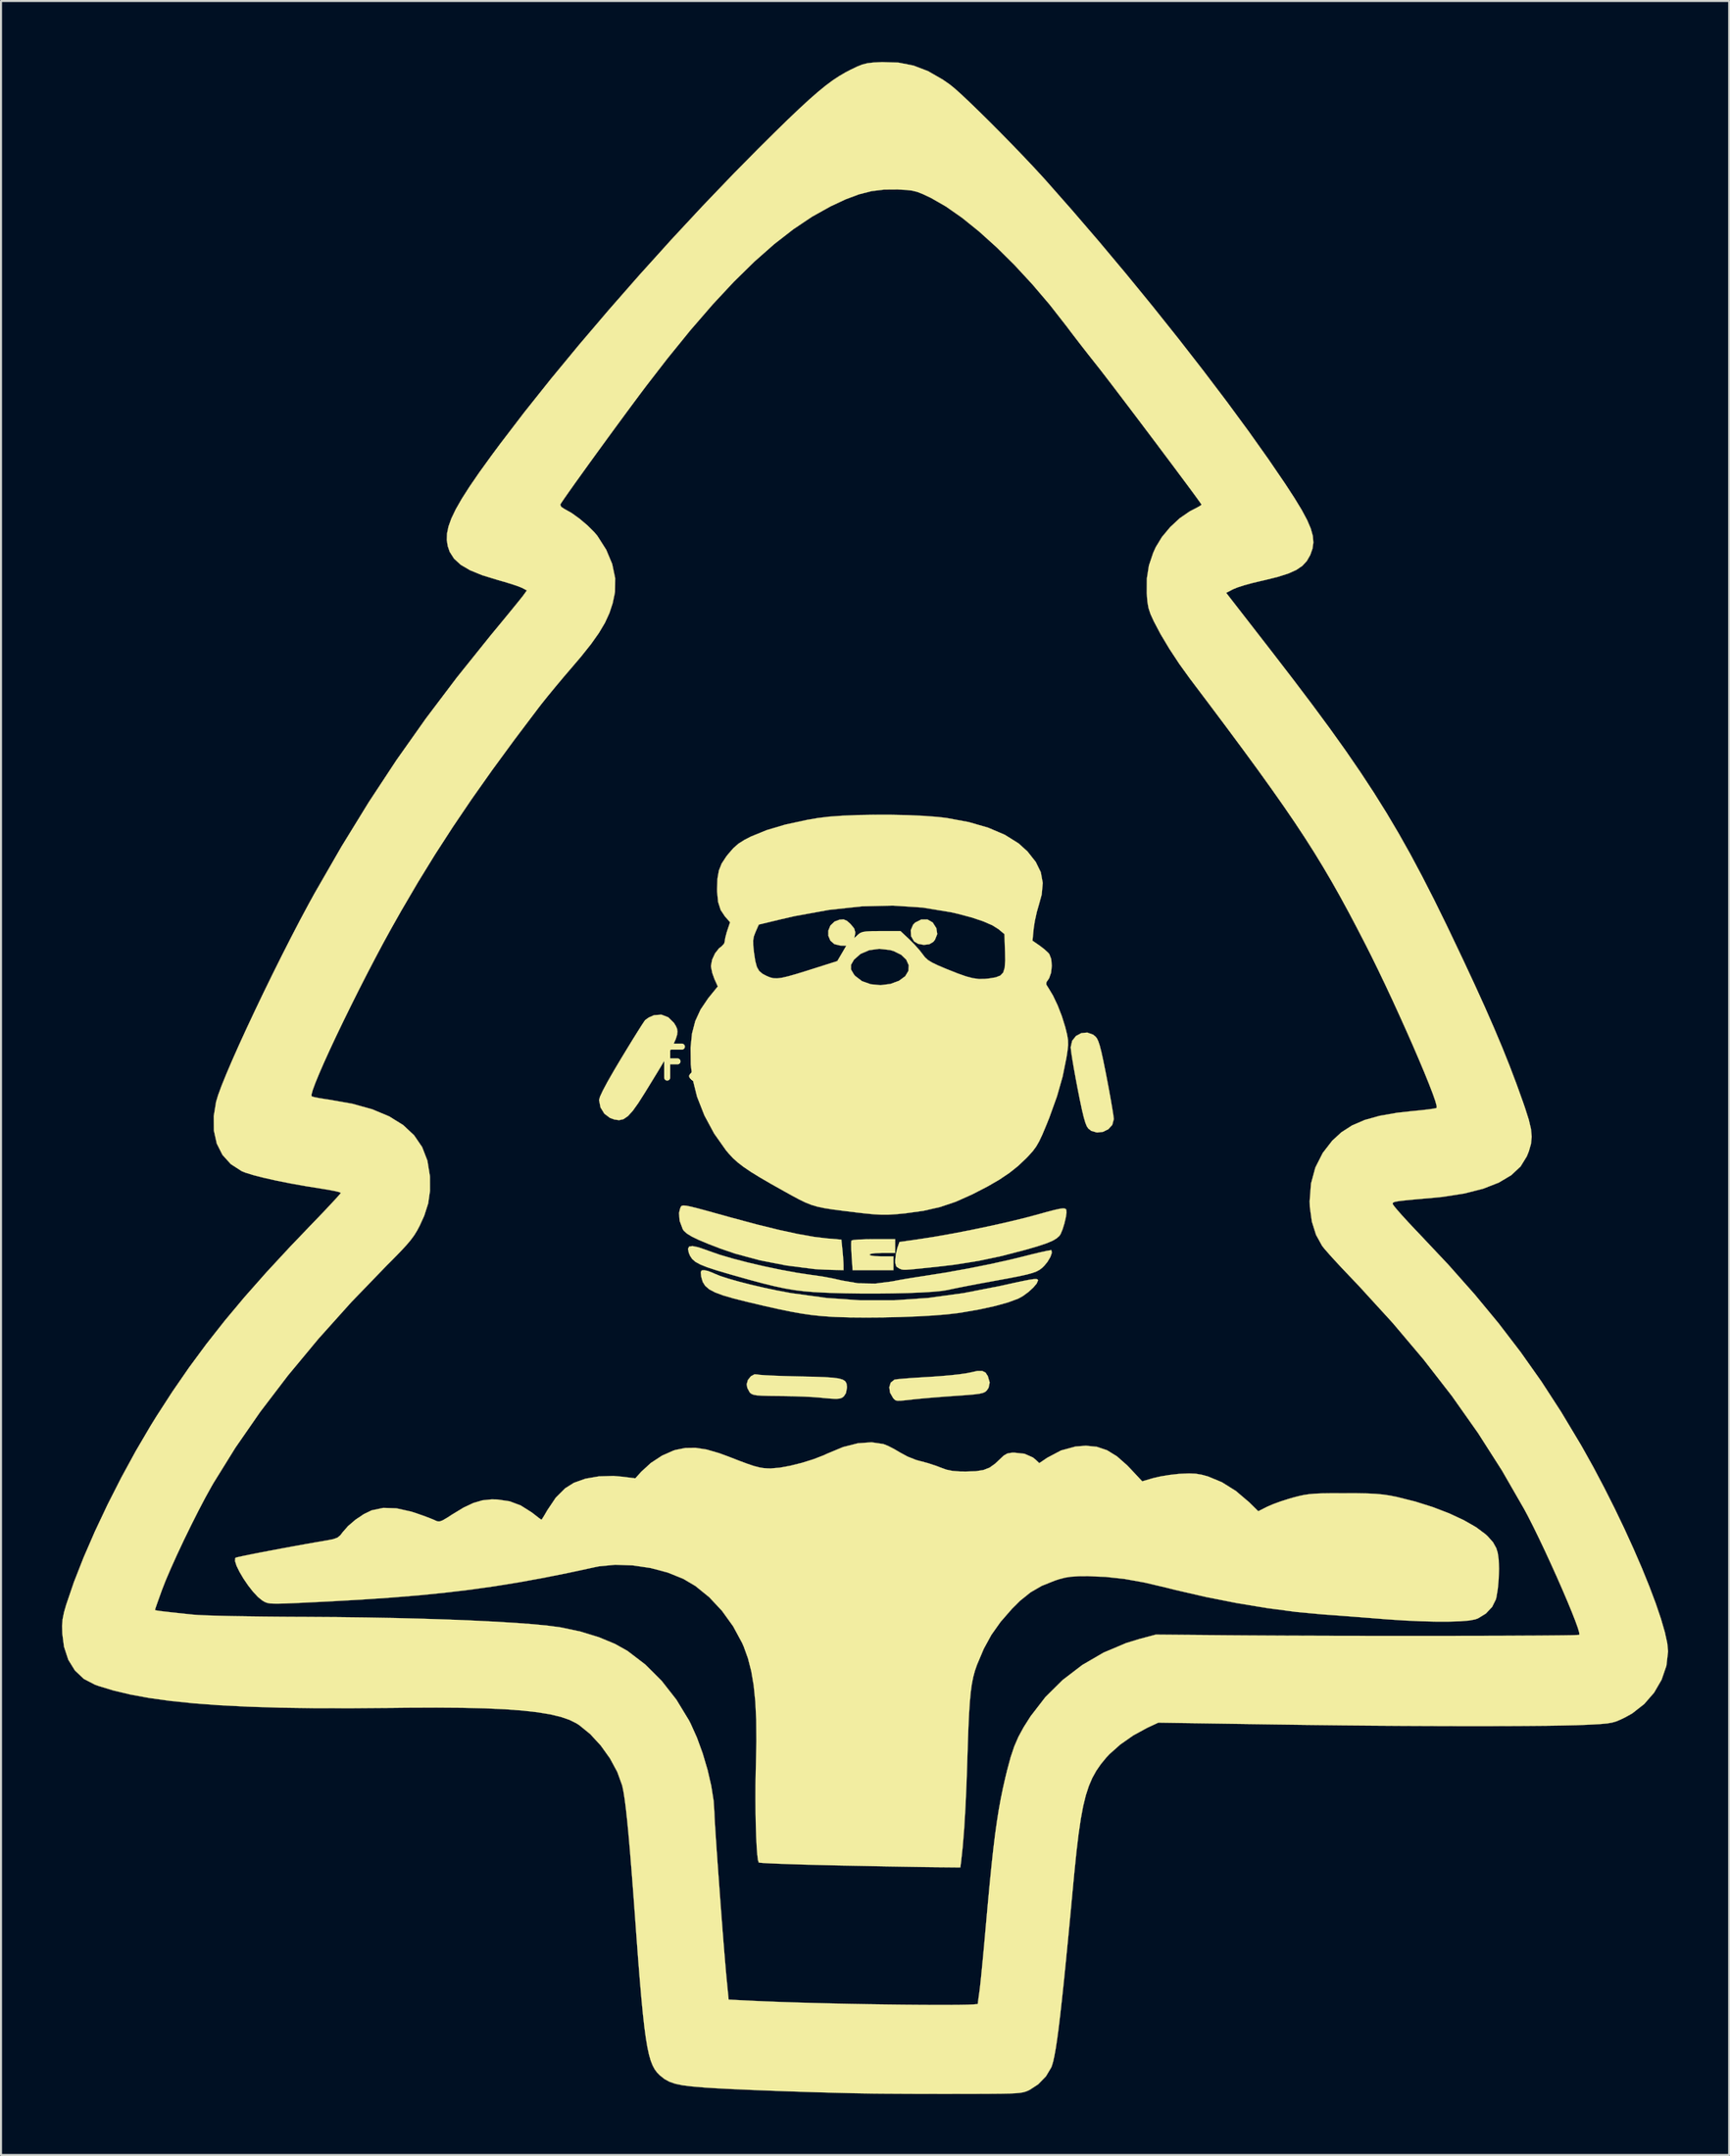
<source format=kicad_pcb>
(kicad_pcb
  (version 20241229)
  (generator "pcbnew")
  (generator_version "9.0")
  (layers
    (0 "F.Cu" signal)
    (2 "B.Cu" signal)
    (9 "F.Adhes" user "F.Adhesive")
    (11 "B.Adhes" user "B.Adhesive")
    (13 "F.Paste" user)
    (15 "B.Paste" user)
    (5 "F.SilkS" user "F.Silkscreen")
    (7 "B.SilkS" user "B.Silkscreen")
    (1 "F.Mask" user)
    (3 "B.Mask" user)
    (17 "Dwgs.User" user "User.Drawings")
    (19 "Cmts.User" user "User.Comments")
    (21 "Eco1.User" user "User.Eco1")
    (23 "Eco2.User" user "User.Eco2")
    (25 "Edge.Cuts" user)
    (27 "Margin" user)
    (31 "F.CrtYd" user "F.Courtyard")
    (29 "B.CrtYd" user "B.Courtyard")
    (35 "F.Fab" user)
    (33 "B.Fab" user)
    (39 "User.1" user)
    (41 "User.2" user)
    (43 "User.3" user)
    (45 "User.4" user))
  (footprint "F.SilkS_g1961"
    (layer "F.Cu")
    (at 37.422 49.267)
    (property "Reference" "F.SilkS_g1961" (at 0 0 0) (layer "F.SilkS") (effects (font (size 1.524 1.524) (thickness 0.3))))
    (attr through_hole)
    (fp_poly (pts (xy 5.146 -7.088) (xy 5.404 -6.941) (xy 5.582 -6.661) (xy 5.626 -6.371) (xy 5.516 -6.095) (xy 5.435 -5.99) (xy 5.236 -5.873) (xy 4.963 -5.841) (xy 4.685 -5.893) (xy 4.487 -6.011) (xy 4.339 -6.267) (xy 4.323 -6.561) (xy 4.438 -6.831) (xy 4.541 -6.937) (xy 4.847 -7.09) (xy 5.146 -7.088)) (stroke (width 0.01) (type solid)) (fill yes) (layer "F.SilkS"))
    (fp_poly (pts (xy 3.556 9.313) (xy 2.921 9.313) (xy 2.601 9.324) (xy 2.378 9.352) (xy 2.287 9.394) (xy 2.286 9.398) (xy 2.364 9.441) (xy 2.574 9.471) (xy 2.878 9.483) (xy 3.471 9.483) (xy 3.471 10.16) (xy 1.464 10.16) (xy 1.416 9.464) (xy 1.398 9.134) (xy 1.394 8.871) (xy 1.403 8.719) (xy 1.409 8.702) (xy 1.504 8.677) (xy 1.735 8.656) (xy 2.068 8.642) (xy 2.468 8.636) (xy 2.503 8.636) (xy 3.556 8.636) (xy 3.556 9.313)) (stroke (width 0.01) (type solid)) (fill yes) (layer "F.SilkS"))
    (fp_poly (pts (xy 13.292 -1.425) (xy 13.411 -1.329) (xy 13.482 -1.237) (xy 13.549 -1.096) (xy 13.619 -0.885) (xy 13.697 -0.582) (xy 13.789 -0.164) (xy 13.901 0.388) (xy 13.958 0.682) (xy 14.062 1.229) (xy 14.154 1.732) (xy 14.228 2.163) (xy 14.281 2.495) (xy 14.307 2.698) (xy 14.309 2.734) (xy 14.235 3.013) (xy 14.043 3.226) (xy 13.777 3.357) (xy 13.482 3.389) (xy 13.202 3.308) (xy 13.057 3.194) (xy 12.985 3.088) (xy 12.913 2.912) (xy 12.834 2.645) (xy 12.744 2.268) (xy 12.636 1.759) (xy 12.534 1.245) (xy 12.431 0.702) (xy 12.34 0.198) (xy 12.267 -0.238) (xy 12.216 -0.574) (xy 12.193 -0.782) (xy 12.192 -0.81) (xy 12.263 -1.123) (xy 12.45 -1.358) (xy 12.711 -1.499) (xy 13.005 -1.527) (xy 13.292 -1.425)) (stroke (width 0.01) (type solid)) (fill yes) (layer "F.SilkS"))
    (fp_poly (pts (xy -6.713 6.991) (xy -6.505 7.033) (xy -6.206 7.106) (xy -5.8 7.215) (xy -5.269 7.362) (xy -4.594 7.55) (xy -4.49 7.578) (xy -3.252 7.911) (xy -2.166 8.178) (xy -1.226 8.382) (xy -0.428 8.523) (xy 0.222 8.601) (xy 0.91 8.659) (xy 0.963 9.168) (xy 0.992 9.489) (xy 1.011 9.778) (xy 1.016 9.918) (xy 1.016 10.16) (xy 0.445 10.146) (xy 0.097 10.135) (xy -0.227 10.119) (xy -0.423 10.105) (xy -1.77 9.934) (xy -3.076 9.68) (xy -4.296 9.353) (xy -5.025 9.104) (xy -5.641 8.867) (xy -6.113 8.669) (xy -6.458 8.501) (xy -6.695 8.354) (xy -6.841 8.219) (xy -6.891 8.142) (xy -7.044 7.73) (xy -7.073 7.352) (xy -7.03 7.162) (xy -7.004 7.087) (xy -6.977 7.03) (xy -6.932 6.992) (xy -6.85 6.979) (xy -6.713 6.991)) (stroke (width 0.01) (type solid)) (fill yes) (layer "F.SilkS"))
    (fp_poly (pts (xy -7.603 -2.277) (xy -7.327 -2.005) (xy -7.308 -1.977) (xy -7.227 -1.845) (xy -7.172 -1.717) (xy -7.151 -1.58) (xy -7.169 -1.416) (xy -7.233 -1.211) (xy -7.35 -0.949) (xy -7.526 -0.615) (xy -7.768 -0.192) (xy -8.083 0.335) (xy -8.477 0.98) (xy -8.745 1.417) (xy -9.076 1.939) (xy -9.351 2.324) (xy -9.588 2.583) (xy -9.805 2.732) (xy -10.021 2.783) (xy -10.254 2.75) (xy -10.472 2.67) (xy -10.745 2.466) (xy -10.935 2.157) (xy -11.007 1.798) (xy -11.007 1.794) (xy -10.96 1.624) (xy -10.819 1.32) (xy -10.584 0.881) (xy -10.253 0.305) (xy -9.94 -0.221) (xy -9.636 -0.721) (xy -9.356 -1.179) (xy -9.111 -1.572) (xy -8.917 -1.879) (xy -8.786 -2.077) (xy -8.741 -2.139) (xy -8.572 -2.262) (xy -8.332 -2.37) (xy -8.297 -2.381) (xy -7.938 -2.407) (xy -7.603 -2.277)) (stroke (width 0.01) (type solid)) (fill yes) (layer "F.SilkS"))
    (fp_poly (pts (xy 8.003 15.2) (xy 8.115 15.373) (xy 8.206 15.686) (xy 8.152 15.945) (xy 8.065 16.074) (xy 7.992 16.142) (xy 7.886 16.193) (xy 7.721 16.234) (xy 7.468 16.269) (xy 7.102 16.301) (xy 6.596 16.338) (xy 6.562 16.34) (xy 6.029 16.378) (xy 5.49 16.42) (xy 4.995 16.462) (xy 4.599 16.5) (xy 4.487 16.512) (xy 4.093 16.556) (xy 3.832 16.58) (xy 3.672 16.583) (xy 3.576 16.561) (xy 3.512 16.512) (xy 3.455 16.447) (xy 3.305 16.186) (xy 3.268 15.918) (xy 3.339 15.691) (xy 3.516 15.55) (xy 3.53 15.545) (xy 3.661 15.525) (xy 3.931 15.499) (xy 4.31 15.469) (xy 4.766 15.439) (xy 5.207 15.413) (xy 5.739 15.377) (xy 6.251 15.333) (xy 6.703 15.284) (xy 7.055 15.233) (xy 7.23 15.198) (xy 7.595 15.119) (xy 7.841 15.118) (xy 8.003 15.2)) (stroke (width 0.01) (type solid)) (fill yes) (layer "F.SilkS"))
    (fp_poly (pts (xy -3.225 15.291) (xy -3.104 15.31) (xy -2.84 15.329) (xy -2.459 15.348) (xy -1.986 15.366) (xy -1.446 15.381) (xy -1.143 15.388) (xy -0.454 15.403) (xy 0.084 15.422) (xy 0.49 15.449) (xy 0.782 15.488) (xy 0.979 15.545) (xy 1.099 15.624) (xy 1.161 15.728) (xy 1.183 15.863) (xy 1.185 15.948) (xy 1.135 16.209) (xy 1.03 16.37) (xy 0.941 16.436) (xy 0.83 16.475) (xy 0.663 16.49) (xy 0.409 16.48) (xy 0.035 16.447) (xy -0.212 16.423) (xy -0.513 16.4) (xy -0.935 16.38) (xy -1.428 16.363) (xy -1.945 16.353) (xy -2.125 16.351) (xy -2.631 16.345) (xy -2.995 16.335) (xy -3.245 16.317) (xy -3.409 16.288) (xy -3.513 16.245) (xy -3.587 16.184) (xy -3.596 16.174) (xy -3.712 15.961) (xy -3.747 15.777) (xy -3.687 15.563) (xy -3.543 15.383) (xy -3.362 15.283) (xy -3.225 15.291)) (stroke (width 0.01) (type solid)) (fill yes) (layer "F.SilkS"))
    (fp_poly (pts (xy 11.907 7.131) (xy 11.962 7.169) (xy 11.971 7.181) (xy 11.985 7.32) (xy 11.95 7.562) (xy 11.882 7.855) (xy 11.794 8.143) (xy 11.699 8.374) (xy 11.637 8.472) (xy 11.496 8.597) (xy 11.298 8.714) (xy 11.017 8.833) (xy 10.626 8.965) (xy 10.099 9.121) (xy 10.014 9.145) (xy 8.808 9.46) (xy 7.67 9.701) (xy 6.522 9.885) (xy 5.595 9.995) (xy 5.036 10.053) (xy 4.62 10.096) (xy 4.324 10.124) (xy 4.123 10.139) (xy 3.993 10.142) (xy 3.908 10.133) (xy 3.845 10.114) (xy 3.778 10.086) (xy 3.747 10.073) (xy 3.615 9.981) (xy 3.564 9.814) (xy 3.561 9.676) (xy 3.593 9.368) (xy 3.665 9.07) (xy 3.667 9.065) (xy 3.768 8.774) (xy 4.826 8.622) (xy 5.56 8.507) (xy 6.394 8.358) (xy 7.285 8.185) (xy 8.185 7.997) (xy 9.052 7.803) (xy 9.838 7.614) (xy 10.466 7.448) (xy 10.987 7.304) (xy 11.368 7.204) (xy 11.633 7.145) (xy 11.805 7.122) (xy 11.907 7.131)) (stroke (width 0.01) (type solid)) (fill yes) (layer "F.SilkS"))
    (fp_poly (pts (xy -5.66 10.198) (xy -5.411 10.292) (xy -5.337 10.328) (xy -5.06 10.442) (xy -4.648 10.576) (xy -4.131 10.723) (xy -3.54 10.874) (xy -2.908 11.022) (xy -2.264 11.158) (xy -1.641 11.275) (xy -1.523 11.295) (xy 0.174 11.527) (xy 1.836 11.644) (xy 3.494 11.644) (xy 5.176 11.527) (xy 6.915 11.29) (xy 8.74 10.934) (xy 8.816 10.917) (xy 9.402 10.787) (xy 9.844 10.693) (xy 10.161 10.631) (xy 10.373 10.6) (xy 10.501 10.596) (xy 10.564 10.616) (xy 10.583 10.657) (xy 10.583 10.665) (xy 10.517 10.818) (xy 10.345 11.021) (xy 10.106 11.238) (xy 9.839 11.434) (xy 9.61 11.56) (xy 9.108 11.746) (xy 8.46 11.925) (xy 7.691 12.093) (xy 6.824 12.244) (xy 6.634 12.272) (xy 6.097 12.335) (xy 5.427 12.389) (xy 4.659 12.433) (xy 3.829 12.465) (xy 2.974 12.485) (xy 2.13 12.492) (xy 1.331 12.485) (xy 0.614 12.462) (xy 0.381 12.45) (xy -0.09 12.415) (xy -0.553 12.366) (xy -1.036 12.296) (xy -1.568 12.201) (xy -2.178 12.076) (xy -2.895 11.915) (xy -3.712 11.722) (xy -4.386 11.553) (xy -4.911 11.4) (xy -5.307 11.252) (xy -5.593 11.1) (xy -5.787 10.932) (xy -5.908 10.739) (xy -5.976 10.509) (xy -5.984 10.467) (xy -6.005 10.264) (xy -5.965 10.178) (xy -5.85 10.16) (xy -5.66 10.198)) (stroke (width 0.01) (type solid)) (fill yes) (layer "F.SilkS"))
    (fp_poly (pts (xy -6.126 9.034) (xy -5.707 9.177) (xy -5.588 9.222) (xy -5.068 9.403) (xy -4.418 9.594) (xy -3.678 9.786) (xy -2.885 9.971) (xy -2.079 10.14) (xy -1.297 10.284) (xy -0.58 10.393) (xy -0.423 10.413) (xy 0.019 10.479) (xy 0.499 10.569) (xy 0.916 10.664) (xy 0.931 10.668) (xy 1.73 10.805) (xy 2.578 10.821) (xy 3.398 10.715) (xy 3.723 10.652) (xy 4.152 10.577) (xy 4.619 10.502) (xy 4.922 10.456) (xy 6.022 10.282) (xy 7.154 10.079) (xy 8.261 9.857) (xy 9.29 9.627) (xy 9.897 9.477) (xy 10.342 9.365) (xy 10.726 9.274) (xy 11.022 9.21) (xy 11.201 9.18) (xy 11.241 9.18) (xy 11.261 9.309) (xy 11.188 9.517) (xy 11.043 9.758) (xy 10.899 9.934) (xy 10.784 10.048) (xy 10.661 10.142) (xy 10.509 10.224) (xy 10.306 10.299) (xy 10.03 10.375) (xy 9.659 10.457) (xy 9.173 10.552) (xy 8.548 10.667) (xy 8.307 10.711) (xy 7.762 10.811) (xy 7.229 10.912) (xy 6.749 11.006) (xy 6.361 11.085) (xy 6.138 11.134) (xy 5.837 11.183) (xy 5.391 11.225) (xy 4.826 11.259) (xy 4.166 11.285) (xy 3.438 11.302) (xy 2.665 11.311) (xy 1.873 11.31) (xy 1.087 11.298) (xy 0.331 11.276) (xy 0.042 11.264) (xy -0.474 11.236) (xy -0.947 11.195) (xy -1.404 11.138) (xy -1.873 11.058) (xy -2.384 10.949) (xy -2.964 10.807) (xy -3.642 10.625) (xy -4.447 10.398) (xy -4.645 10.341) (xy -5.241 10.165) (xy -5.695 10.015) (xy -6.029 9.881) (xy -6.265 9.752) (xy -6.425 9.614) (xy -6.531 9.456) (xy -6.592 9.31) (xy -6.633 9.112) (xy -6.576 9) (xy -6.411 8.975) (xy -6.126 9.034)) (stroke (width 0.01) (type solid)) (fill yes) (layer "F.SilkS"))
    (fp_poly (pts (xy 3.384 -12.238) (xy 4.209 -12.22) (xy 4.98 -12.184) (xy 5.659 -12.132) (xy 6.078 -12.083) (xy 7.175 -11.88) (xy 8.135 -11.603) (xy 8.954 -11.253) (xy 9.625 -10.833) (xy 10.06 -10.441) (xy 10.469 -9.924) (xy 10.719 -9.415) (xy 10.815 -8.888) (xy 10.764 -8.316) (xy 10.642 -7.872) (xy 10.524 -7.461) (xy 10.425 -7.011) (xy 10.369 -6.641) (xy 10.311 -6.047) (xy 10.665 -5.802) (xy 10.899 -5.622) (xy 11.086 -5.449) (xy 11.14 -5.384) (xy 11.232 -5.14) (xy 11.259 -4.814) (xy 11.225 -4.477) (xy 11.131 -4.204) (xy 11.097 -4.152) (xy 10.994 -4.001) (xy 10.989 -3.89) (xy 11.085 -3.734) (xy 11.1 -3.713) (xy 11.321 -3.343) (xy 11.548 -2.864) (xy 11.756 -2.33) (xy 11.921 -1.799) (xy 11.936 -1.743) (xy 12.017 -1.41) (xy 12.058 -1.155) (xy 12.063 -0.914) (xy 12.032 -0.623) (xy 11.983 -0.303) (xy 11.793 0.637) (xy 11.515 1.613) (xy 11.137 2.663) (xy 10.985 3.041) (xy 10.796 3.491) (xy 10.64 3.823) (xy 10.492 4.08) (xy 10.327 4.304) (xy 10.118 4.536) (xy 9.996 4.663) (xy 9.599 5.038) (xy 9.172 5.378) (xy 8.684 5.706) (xy 8.103 6.042) (xy 7.395 6.408) (xy 7.339 6.436) (xy 6.541 6.793) (xy 5.764 7.055) (xy 4.944 7.241) (xy 4.057 7.364) (xy 3.606 7.407) (xy 3.235 7.431) (xy 2.891 7.433) (xy 2.523 7.413) (xy 2.079 7.37) (xy 1.651 7.321) (xy 0.996 7.241) (xy 0.477 7.173) (xy 0.064 7.107) (xy -0.275 7.035) (xy -0.572 6.946) (xy -0.857 6.832) (xy -1.163 6.684) (xy -1.52 6.492) (xy -1.866 6.3) (xy -2.547 5.918) (xy -3.099 5.597) (xy -3.541 5.325) (xy -3.894 5.086) (xy -4.18 4.867) (xy -4.418 4.651) (xy -4.63 4.425) (xy -4.765 4.263) (xy -5.347 3.439) (xy -5.826 2.549) (xy -6.188 1.627) (xy -6.418 0.707) (xy -6.495 0.042) (xy -6.506 -0.778) (xy -6.435 -1.478) (xy -6.275 -2.093) (xy -6.015 -2.658) (xy -5.646 -3.205) (xy -5.553 -3.321) (xy -5.167 -3.796) (xy -5.333 -4.163) (xy -5.437 -4.453) (xy -5.496 -4.738) (xy -5.501 -4.816) (xy -5.446 -5.113) (xy -5.303 -5.421) (xy -5.108 -5.671) (xy -4.988 -5.761) (xy -4.856 -5.901) (xy -4.826 -6.011) (xy -4.818 -6.064) (xy -3.428 -6.064) (xy -3.425 -5.814) (xy -3.388 -5.469) (xy -3.324 -5.047) (xy -3.246 -4.755) (xy -3.133 -4.558) (xy -2.966 -4.416) (xy -2.766 -4.311) (xy -2.597 -4.241) (xy -2.432 -4.2) (xy -2.246 -4.193) (xy -2.013 -4.223) (xy -1.706 -4.294) (xy -1.301 -4.409) (xy -0.769 -4.573) (xy -0.588 -4.631) (xy 1.383 -4.631) (xy 1.531 -4.381) (xy 1.59 -4.311) (xy 1.923 -4.057) (xy 2.353 -3.904) (xy 2.836 -3.857) (xy 3.329 -3.92) (xy 3.742 -4.072) (xy 4.05 -4.297) (xy 4.208 -4.561) (xy 4.223 -4.841) (xy 4.102 -5.113) (xy 3.853 -5.353) (xy 3.481 -5.536) (xy 3.305 -5.587) (xy 2.779 -5.647) (xy 2.283 -5.58) (xy 1.853 -5.396) (xy 1.531 -5.113) (xy 1.385 -4.86) (xy 1.383 -4.631) (xy -0.588 -4.631) (xy -0.549 -4.643) (xy 0.711 -5.043) (xy 1.155 -5.8) (xy 0.861 -5.807) (xy 0.567 -5.878) (xy 0.37 -6.051) (xy 0.271 -6.286) (xy 0.271 -6.546) (xy 0.372 -6.792) (xy 0.575 -6.986) (xy 0.822 -7.079) (xy 1.02 -7.093) (xy 1.184 -7.022) (xy 1.361 -6.865) (xy 1.54 -6.647) (xy 1.594 -6.46) (xy 1.587 -6.385) (xy 1.546 -6.172) (xy 1.731 -6.345) (xy 1.83 -6.422) (xy 1.957 -6.473) (xy 2.146 -6.502) (xy 2.433 -6.516) (xy 2.853 -6.519) (xy 2.867 -6.519) (xy 3.817 -6.519) (xy 4.247 -6.117) (xy 4.512 -5.851) (xy 4.761 -5.57) (xy 4.911 -5.376) (xy 5.031 -5.221) (xy 5.174 -5.093) (xy 5.373 -4.97) (xy 5.662 -4.831) (xy 6.074 -4.657) (xy 6.109 -4.643) (xy 6.635 -4.434) (xy 7.044 -4.29) (xy 7.375 -4.203) (xy 7.663 -4.164) (xy 7.947 -4.166) (xy 8.178 -4.188) (xy 8.505 -4.243) (xy 8.73 -4.33) (xy 8.87 -4.479) (xy 8.944 -4.715) (xy 8.968 -5.069) (xy 8.961 -5.478) (xy 8.932 -6.369) (xy 8.641 -6.612) (xy 8.337 -6.803) (xy 7.886 -6.999) (xy 7.309 -7.191) (xy 6.629 -7.372) (xy 6.308 -7.445) (xy 4.906 -7.676) (xy 3.446 -7.773) (xy 1.918 -7.736) (xy 0.312 -7.563) (xy -1.381 -7.256) (xy -2.062 -7.1) (xy -3.151 -6.838) (xy -3.31 -6.478) (xy -3.392 -6.265) (xy -3.428 -6.064) (xy -4.818 -6.064) (xy -4.799 -6.188) (xy -4.732 -6.443) (xy -4.694 -6.563) (xy -4.562 -6.952) (xy -4.817 -7.242) (xy -5.027 -7.559) (xy -5.151 -7.95) (xy -5.2 -8.452) (xy -5.202 -8.594) (xy -5.183 -9.102) (xy -5.113 -9.498) (xy -4.977 -9.839) (xy -4.755 -10.179) (xy -4.651 -10.312) (xy -4.397 -10.602) (xy -4.151 -10.819) (xy -3.853 -11.007) (xy -3.532 -11.171) (xy -2.765 -11.484) (xy -1.849 -11.756) (xy -0.776 -11.988) (xy -0.254 -12.078) (xy 0.285 -12.144) (xy 0.955 -12.193) (xy 1.72 -12.225) (xy 2.542 -12.24) (xy 3.384 -12.238)) (stroke (width 0.01) (type solid)) (fill yes) (layer "F.SilkS"))
    (fp_poly (pts (xy 2.972 18.712) (xy 3.204 18.803) (xy 3.505 18.957) (xy 3.777 19.118) (xy 4.172 19.332) (xy 4.595 19.499) (xy 4.784 19.55) (xy 5.167 19.652) (xy 5.578 19.787) (xy 5.776 19.864) (xy 6.075 19.972) (xy 6.372 20.034) (xy 6.732 20.062) (xy 7.028 20.066) (xy 7.523 20.05) (xy 7.898 19.991) (xy 8.199 19.874) (xy 8.472 19.68) (xy 8.678 19.485) (xy 8.895 19.282) (xy 9.075 19.178) (xy 9.285 19.141) (xy 9.414 19.137) (xy 9.923 19.193) (xy 10.324 19.37) (xy 10.467 19.483) (xy 10.646 19.652) (xy 11.039 19.386) (xy 11.712 19.03) (xy 12.429 18.835) (xy 12.938 18.796) (xy 13.477 18.849) (xy 13.976 19.017) (xy 14.462 19.315) (xy 14.963 19.756) (xy 15.131 19.93) (xy 15.707 20.547) (xy 16.256 20.387) (xy 16.609 20.306) (xy 17.048 20.234) (xy 17.489 20.184) (xy 17.578 20.177) (xy 18.006 20.159) (xy 18.337 20.172) (xy 18.644 20.225) (xy 18.943 20.307) (xy 19.629 20.592) (xy 20.314 21.021) (xy 20.965 21.574) (xy 20.982 21.59) (xy 21.416 22.018) (xy 21.855 21.796) (xy 22.139 21.673) (xy 22.521 21.533) (xy 22.937 21.401) (xy 23.106 21.352) (xy 23.396 21.276) (xy 23.652 21.22) (xy 23.908 21.181) (xy 24.196 21.155) (xy 24.55 21.14) (xy 25.003 21.133) (xy 25.589 21.132) (xy 25.654 21.132) (xy 26.291 21.134) (xy 26.795 21.144) (xy 27.201 21.164) (xy 27.545 21.196) (xy 27.862 21.242) (xy 28.189 21.306) (xy 28.236 21.316) (xy 29.135 21.541) (xy 29.999 21.813) (xy 30.804 22.122) (xy 31.522 22.456) (xy 32.13 22.804) (xy 32.601 23.156) (xy 32.695 23.244) (xy 32.961 23.543) (xy 33.121 23.83) (xy 33.194 24.065) (xy 33.241 24.403) (xy 33.256 24.847) (xy 33.241 25.339) (xy 33.199 25.82) (xy 33.132 26.231) (xy 33.102 26.354) (xy 32.917 26.726) (xy 32.61 27.052) (xy 32.226 27.287) (xy 32.083 27.339) (xy 31.79 27.394) (xy 31.352 27.43) (xy 30.79 27.447) (xy 30.127 27.447) (xy 29.386 27.428) (xy 28.589 27.391) (xy 27.759 27.336) (xy 27.517 27.317) (xy 26.889 27.267) (xy 26.21 27.214) (xy 25.539 27.163) (xy 24.936 27.118) (xy 24.596 27.094) (xy 23.277 26.971) (xy 21.849 26.782) (xy 20.357 26.535) (xy 18.845 26.236) (xy 17.357 25.894) (xy 16.908 25.781) (xy 15.815 25.524) (xy 14.826 25.347) (xy 13.899 25.246) (xy 13.039 25.212) (xy 12.574 25.216) (xy 12.221 25.237) (xy 11.924 25.282) (xy 11.625 25.36) (xy 11.402 25.433) (xy 10.767 25.688) (xy 10.216 26.007) (xy 9.697 26.424) (xy 9.303 26.816) (xy 8.739 27.463) (xy 8.289 28.099) (xy 7.916 28.782) (xy 7.581 29.573) (xy 7.574 29.594) (xy 7.477 29.874) (xy 7.397 30.172) (xy 7.33 30.508) (xy 7.275 30.9) (xy 7.23 31.371) (xy 7.192 31.939) (xy 7.159 32.624) (xy 7.13 33.447) (xy 7.113 33.994) (xy 7.068 35.351) (xy 7.014 36.561) (xy 6.951 37.617) (xy 6.879 38.514) (xy 6.808 39.179) (xy 6.763 39.539) (xy 5.435 39.525) (xy 5.053 39.52) (xy 4.528 39.512) (xy 3.889 39.501) (xy 3.161 39.488) (xy 2.372 39.472) (xy 1.55 39.456) (xy 0.72 39.439) (xy 0.508 39.434) (xy -0.257 39.416) (xy -0.969 39.397) (xy -1.611 39.377) (xy -2.165 39.357) (xy -2.613 39.338) (xy -2.937 39.32) (xy -3.12 39.304) (xy -3.154 39.296) (xy -3.191 39.177) (xy -3.225 38.912) (xy -3.254 38.522) (xy -3.279 38.03) (xy -3.297 37.459) (xy -3.309 36.831) (xy -3.314 36.169) (xy -3.312 35.494) (xy -3.301 34.831) (xy -3.292 34.502) (xy -3.268 33.318) (xy -3.277 32.282) (xy -3.321 31.376) (xy -3.402 30.582) (xy -3.522 29.881) (xy -3.683 29.255) (xy -3.888 28.686) (xy -3.968 28.502) (xy -4.412 27.679) (xy -4.96 26.918) (xy -5.587 26.248) (xy -6.267 25.696) (xy -6.862 25.344) (xy -7.63 25.034) (xy -8.476 24.81) (xy -9.352 24.681) (xy -10.21 24.651) (xy -11.003 24.727) (xy -11.176 24.761) (xy -12.504 25.047) (xy -13.761 25.299) (xy -14.975 25.519) (xy -16.169 25.712) (xy -17.368 25.88) (xy -18.597 26.026) (xy -19.882 26.154) (xy -21.247 26.266) (xy -22.717 26.366) (xy -24.317 26.456) (xy -25.295 26.504) (xy -25.922 26.534) (xy -26.403 26.554) (xy -26.761 26.564) (xy -27.02 26.563) (xy -27.204 26.551) (xy -27.335 26.525) (xy -27.437 26.486) (xy -27.533 26.432) (xy -27.565 26.412) (xy -27.784 26.236) (xy -28.025 25.978) (xy -28.269 25.666) (xy -28.498 25.329) (xy -28.693 24.998) (xy -28.838 24.7) (xy -28.912 24.466) (xy -28.9 24.323) (xy -28.881 24.305) (xy -28.776 24.275) (xy -28.528 24.221) (xy -28.163 24.146) (xy -27.703 24.055) (xy -27.173 23.954) (xy -26.597 23.845) (xy -26 23.735) (xy -25.406 23.628) (xy -24.838 23.528) (xy -24.382 23.45) (xy -24.071 23.389) (xy -23.873 23.315) (xy -23.733 23.201) (xy -23.622 23.055) (xy -23.353 22.747) (xy -22.985 22.433) (xy -22.578 22.161) (xy -22.195 21.976) (xy -22.188 21.973) (xy -21.619 21.854) (xy -20.975 21.875) (xy -20.248 22.036) (xy -20.052 22.098) (xy -19.691 22.224) (xy -19.369 22.343) (xy -19.135 22.438) (xy -19.072 22.468) (xy -18.956 22.517) (xy -18.843 22.52) (xy -18.695 22.464) (xy -18.474 22.335) (xy -18.228 22.176) (xy -17.672 21.839) (xy -17.191 21.613) (xy -16.745 21.482) (xy -16.293 21.435) (xy -16.002 21.441) (xy -15.404 21.53) (xy -14.859 21.735) (xy -14.318 22.076) (xy -14.191 22.174) (xy -13.998 22.325) (xy -13.868 22.42) (xy -13.839 22.437) (xy -13.79 22.369) (xy -13.682 22.193) (xy -13.553 21.97) (xy -13.138 21.352) (xy -12.678 20.892) (xy -12.248 20.621) (xy -11.679 20.418) (xy -11.013 20.303) (xy -10.301 20.283) (xy -9.893 20.317) (xy -9.224 20.4) (xy -8.929 20.073) (xy -8.462 19.645) (xy -7.913 19.285) (xy -7.347 19.034) (xy -7.243 19.002) (xy -6.76 18.906) (xy -6.263 18.898) (xy -5.719 18.982) (xy -5.095 19.163) (xy -4.642 19.33) (xy -4.106 19.538) (xy -3.697 19.69) (xy -3.383 19.795) (xy -3.133 19.861) (xy -2.918 19.897) (xy -2.706 19.911) (xy -2.555 19.913) (xy -2.127 19.877) (xy -1.6 19.78) (xy -1.027 19.637) (xy -0.46 19.46) (xy 0.046 19.264) (xy 0.222 19.182) (xy 0.991 18.862) (xy 1.722 18.676) (xy 2.397 18.628) (xy 2.972 18.712)) (stroke (width 0.01) (type solid)) (fill yes) (layer "F.SilkS"))
    (fp_poly (pts (xy 3.718 -49.237) (xy 4.459 -49.092) (xy 5.177 -48.816) (xy 5.905 -48.397) (xy 6.261 -48.148) (xy 6.492 -47.959) (xy 6.821 -47.664) (xy 7.228 -47.28) (xy 7.697 -46.826) (xy 8.21 -46.32) (xy 8.748 -45.779) (xy 9.293 -45.222) (xy 9.828 -44.667) (xy 10.335 -44.131) (xy 10.795 -43.632) (xy 10.974 -43.434) (xy 12.277 -41.957) (xy 13.595 -40.423) (xy 14.911 -38.852) (xy 16.211 -37.262) (xy 17.479 -35.673) (xy 18.699 -34.105) (xy 19.857 -32.578) (xy 20.936 -31.11) (xy 21.922 -29.721) (xy 22.732 -28.533) (xy 23.192 -27.826) (xy 23.553 -27.233) (xy 23.82 -26.735) (xy 24 -26.314) (xy 24.1 -25.952) (xy 24.125 -25.63) (xy 24.083 -25.331) (xy 23.98 -25.036) (xy 23.968 -25.009) (xy 23.804 -24.723) (xy 23.583 -24.484) (xy 23.284 -24.281) (xy 22.883 -24.102) (xy 22.361 -23.937) (xy 21.695 -23.773) (xy 21.574 -23.746) (xy 21.137 -23.642) (xy 20.728 -23.53) (xy 20.393 -23.422) (xy 20.184 -23.337) (xy 19.837 -23.156) (xy 22.071 -20.278) (xy 23.122 -18.912) (xy 24.073 -17.655) (xy 24.935 -16.486) (xy 25.719 -15.388) (xy 26.438 -14.34) (xy 27.104 -13.326) (xy 27.728 -12.326) (xy 28.323 -11.321) (xy 28.9 -10.294) (xy 29.471 -9.224) (xy 30.049 -8.093) (xy 30.644 -6.883) (xy 30.839 -6.477) (xy 31.483 -5.124) (xy 32.054 -3.9) (xy 32.561 -2.783) (xy 33.012 -1.754) (xy 33.417 -0.793) (xy 33.783 0.122) (xy 34.12 1.01) (xy 34.437 1.892) (xy 34.542 2.197) (xy 34.722 2.762) (xy 34.829 3.215) (xy 34.864 3.598) (xy 34.829 3.949) (xy 34.726 4.31) (xy 34.624 4.563) (xy 34.319 5.058) (xy 33.859 5.489) (xy 33.244 5.854) (xy 32.476 6.154) (xy 31.557 6.388) (xy 30.486 6.555) (xy 29.977 6.606) (xy 29.355 6.66) (xy 28.881 6.703) (xy 28.535 6.738) (xy 28.298 6.768) (xy 28.148 6.796) (xy 28.066 6.825) (xy 28.032 6.858) (xy 28.025 6.898) (xy 28.025 6.9) (xy 28.081 6.991) (xy 28.24 7.185) (xy 28.483 7.461) (xy 28.795 7.802) (xy 29.159 8.189) (xy 29.358 8.397) (xy 30.772 9.899) (xy 32.057 11.348) (xy 33.233 12.77) (xy 34.321 14.19) (xy 35.342 15.636) (xy 36.314 17.134) (xy 37.259 18.711) (xy 37.357 18.881) (xy 37.897 19.849) (xy 38.424 20.847) (xy 38.934 21.858) (xy 39.418 22.866) (xy 39.869 23.856) (xy 40.283 24.811) (xy 40.65 25.716) (xy 40.966 26.554) (xy 41.222 27.309) (xy 41.413 27.966) (xy 41.532 28.509) (xy 41.571 28.912) (xy 41.49 29.619) (xy 41.255 30.304) (xy 40.886 30.94) (xy 40.398 31.502) (xy 39.809 31.963) (xy 39.476 32.149) (xy 39.228 32.269) (xy 39.022 32.355) (xy 38.818 32.414) (xy 38.58 32.455) (xy 38.269 32.484) (xy 37.848 32.508) (xy 37.564 32.522) (xy 37.045 32.542) (xy 36.37 32.557) (xy 35.554 32.57) (xy 34.609 32.579) (xy 33.55 32.585) (xy 32.39 32.587) (xy 31.142 32.586) (xy 29.821 32.582) (xy 28.441 32.575) (xy 27.014 32.564) (xy 25.554 32.55) (xy 24.076 32.532) (xy 22.592 32.511) (xy 22.282 32.507) (xy 16.499 32.417) (xy 15.942 32.677) (xy 15.27 33.044) (xy 14.635 33.488) (xy 14.093 33.97) (xy 13.936 34.139) (xy 13.673 34.459) (xy 13.446 34.788) (xy 13.25 35.142) (xy 13.081 35.539) (xy 12.933 35.995) (xy 12.803 36.526) (xy 12.687 37.151) (xy 12.579 37.886) (xy 12.475 38.749) (xy 12.372 39.755) (xy 12.32 40.301) (xy 12.184 41.76) (xy 12.06 43.058) (xy 11.948 44.206) (xy 11.846 45.213) (xy 11.753 46.088) (xy 11.669 46.839) (xy 11.592 47.477) (xy 11.52 48.009) (xy 11.454 48.446) (xy 11.391 48.796) (xy 11.332 49.069) (xy 11.273 49.273) (xy 11.237 49.371) (xy 10.972 49.816) (xy 10.589 50.208) (xy 10.177 50.477) (xy 10.069 50.529) (xy 9.961 50.57) (xy 9.837 50.603) (xy 9.677 50.628) (xy 9.463 50.647) (xy 9.175 50.66) (xy 8.797 50.668) (xy 8.308 50.673) (xy 7.69 50.676) (xy 6.925 50.678) (xy 6.773 50.678) (xy 5.994 50.679) (xy 5.197 50.678) (xy 4.416 50.676) (xy 3.685 50.672) (xy 3.038 50.668) (xy 2.509 50.663) (xy 2.286 50.659) (xy 1.479 50.644) (xy 0.597 50.622) (xy -0.333 50.596) (xy -1.284 50.566) (xy -2.228 50.533) (xy -3.136 50.498) (xy -3.982 50.462) (xy -4.737 50.427) (xy -5.374 50.392) (xy -5.8 50.365) (xy -6.416 50.314) (xy -6.894 50.255) (xy -7.262 50.179) (xy -7.551 50.078) (xy -7.791 49.945) (xy -8.012 49.77) (xy -8.03 49.753) (xy -8.157 49.623) (xy -8.271 49.469) (xy -8.373 49.279) (xy -8.466 49.042) (xy -8.551 48.746) (xy -8.63 48.38) (xy -8.705 47.932) (xy -8.778 47.391) (xy -8.85 46.745) (xy -8.924 45.983) (xy -9.001 45.093) (xy -9.083 44.063) (xy -9.171 42.883) (xy -9.226 42.122) (xy -9.32 40.845) (xy -9.406 39.728) (xy -9.484 38.761) (xy -9.556 37.933) (xy -9.623 37.236) (xy -9.686 36.659) (xy -9.746 36.193) (xy -9.803 35.828) (xy -9.858 35.554) (xy -9.872 35.501) (xy -10.11 34.843) (xy -10.471 34.175) (xy -10.925 33.541) (xy -11.44 32.981) (xy -11.985 32.537) (xy -12.126 32.447) (xy -12.465 32.279) (xy -12.889 32.133) (xy -13.409 32.009) (xy -14.033 31.906) (xy -14.769 31.823) (xy -15.626 31.759) (xy -16.612 31.714) (xy -17.738 31.687) (xy -19.01 31.677) (xy -20.439 31.683) (xy -21.167 31.692) (xy -23.173 31.709) (xy -25.019 31.706) (xy -26.712 31.68) (xy -28.259 31.632) (xy -29.667 31.561) (xy -30.944 31.466) (xy -32.097 31.347) (xy -33.134 31.203) (xy -34.061 31.033) (xy -34.887 30.837) (xy -35.618 30.615) (xy -35.798 30.551) (xy -36.346 30.266) (xy -36.786 29.853) (xy -37.114 29.322) (xy -37.324 28.68) (xy -37.406 28.048) (xy -37.417 27.657) (xy -37.393 27.332) (xy -37.325 26.997) (xy -37.289 26.87) (xy -32.851 26.87) (xy -32.83 26.885) (xy -32.754 26.902) (xy -32.605 26.925) (xy -32.361 26.955) (xy -32.005 26.995) (xy -31.516 27.048) (xy -30.988 27.104) (xy -30.72 27.123) (xy -30.3 27.142) (xy -29.746 27.159) (xy -29.076 27.175) (xy -28.307 27.188) (xy -27.458 27.2) (xy -26.546 27.209) (xy -25.588 27.215) (xy -25.442 27.215) (xy -23.932 27.226) (xy -22.458 27.245) (xy -21.033 27.272) (xy -19.67 27.307) (xy -18.382 27.349) (xy -17.183 27.398) (xy -16.084 27.452) (xy -15.1 27.513) (xy -14.244 27.577) (xy -13.528 27.647) (xy -12.965 27.72) (xy -12.867 27.736) (xy -11.911 27.94) (xy -11.02 28.213) (xy -10.227 28.542) (xy -9.611 28.887) (xy -8.737 29.555) (xy -7.928 30.362) (xy -7.205 31.284) (xy -6.589 32.297) (xy -6.506 32.457) (xy -6.193 33.154) (xy -5.911 33.928) (xy -5.672 34.736) (xy -5.488 35.531) (xy -5.372 36.269) (xy -5.334 36.866) (xy -5.327 37.051) (xy -5.309 37.383) (xy -5.28 37.841) (xy -5.243 38.402) (xy -5.198 39.046) (xy -5.148 39.75) (xy -5.094 40.493) (xy -5.038 41.253) (xy -4.981 42.009) (xy -4.925 42.739) (xy -4.871 43.422) (xy -4.821 44.035) (xy -4.777 44.557) (xy -4.74 44.967) (xy -4.731 45.056) (xy -4.634 46.042) (xy -3.439 46.102) (xy -2.785 46.131) (xy -2.052 46.159) (xy -1.255 46.185) (xy -0.41 46.209) (xy 0.466 46.231) (xy 1.358 46.25) (xy 2.249 46.267) (xy 3.123 46.28) (xy 3.965 46.291) (xy 4.758 46.298) (xy 5.487 46.302) (xy 6.135 46.302) (xy 6.686 46.298) (xy 7.124 46.29) (xy 7.434 46.277) (xy 7.599 46.26) (xy 7.622 46.249) (xy 7.634 46.138) (xy 7.664 45.91) (xy 7.703 45.633) (xy 7.732 45.403) (xy 7.772 45.033) (xy 7.82 44.55) (xy 7.875 43.981) (xy 7.933 43.354) (xy 7.992 42.697) (xy 7.998 42.627) (xy 8.106 41.423) (xy 8.204 40.369) (xy 8.296 39.447) (xy 8.384 38.639) (xy 8.471 37.924) (xy 8.56 37.287) (xy 8.652 36.706) (xy 8.75 36.165) (xy 8.857 35.643) (xy 8.975 35.124) (xy 9.064 34.759) (xy 9.237 34.117) (xy 9.414 33.587) (xy 9.619 33.114) (xy 9.877 32.641) (xy 10.211 32.114) (xy 10.221 32.1) (xy 10.945 31.16) (xy 11.798 30.316) (xy 12.759 29.581) (xy 13.807 28.971) (xy 14.921 28.5) (xy 15.569 28.302) (xy 16.383 28.086) (xy 19.939 28.119) (xy 20.826 28.126) (xy 21.786 28.132) (xy 22.807 28.138) (xy 23.876 28.142) (xy 24.981 28.146) (xy 26.109 28.148) (xy 27.247 28.15) (xy 28.383 28.151) (xy 29.504 28.151) (xy 30.597 28.15) (xy 31.649 28.148) (xy 32.648 28.146) (xy 33.582 28.143) (xy 34.436 28.138) (xy 35.2 28.134) (xy 35.86 28.128) (xy 36.403 28.122) (xy 36.817 28.115) (xy 37.088 28.107) (xy 37.206 28.098) (xy 37.209 28.097) (xy 37.204 27.993) (xy 37.134 27.756) (xy 37.007 27.405) (xy 36.832 26.96) (xy 36.616 26.438) (xy 36.369 25.86) (xy 36.099 25.245) (xy 35.813 24.612) (xy 35.522 23.98) (xy 35.232 23.369) (xy 34.953 22.797) (xy 34.693 22.284) (xy 34.504 21.929) (xy 33.406 20.021) (xy 32.224 18.17) (xy 30.944 16.356) (xy 29.549 14.557) (xy 28.026 12.755) (xy 26.359 10.93) (xy 25.89 10.439) (xy 25.525 10.054) (xy 25.182 9.685) (xy 24.887 9.358) (xy 24.665 9.102) (xy 24.556 8.965) (xy 24.257 8.423) (xy 24.052 7.77) (xy 23.952 7.039) (xy 23.944 6.766) (xy 24.011 5.898) (xy 24.224 5.111) (xy 24.587 4.395) (xy 25.052 3.794) (xy 25.5 3.381) (xy 26.025 3.043) (xy 26.648 2.774) (xy 27.385 2.568) (xy 28.254 2.417) (xy 28.954 2.34) (xy 29.384 2.298) (xy 29.753 2.256) (xy 30.027 2.218) (xy 30.176 2.187) (xy 30.191 2.18) (xy 30.189 2.073) (xy 30.12 1.829) (xy 29.992 1.465) (xy 29.811 0.996) (xy 29.585 0.438) (xy 29.32 -0.192) (xy 29.024 -0.88) (xy 28.702 -1.609) (xy 28.363 -2.363) (xy 28.014 -3.126) (xy 27.66 -3.882) (xy 27.309 -4.615) (xy 26.968 -5.31) (xy 26.721 -5.8) (xy 26.28 -6.655) (xy 25.857 -7.456) (xy 25.444 -8.215) (xy 25.031 -8.948) (xy 24.609 -9.666) (xy 24.171 -10.384) (xy 23.706 -11.114) (xy 23.206 -11.871) (xy 22.662 -12.667) (xy 22.066 -13.516) (xy 21.408 -14.432) (xy 20.68 -15.427) (xy 19.873 -16.516) (xy 18.978 -17.711) (xy 18.047 -18.945) (xy 17.53 -19.663) (xy 17.039 -20.41) (xy 16.606 -21.135) (xy 16.277 -21.759) (xy 16.116 -22.112) (xy 16.018 -22.408) (xy 15.963 -22.72) (xy 15.933 -23.123) (xy 15.932 -23.147) (xy 15.937 -23.864) (xy 16.038 -24.501) (xy 16.247 -25.122) (xy 16.372 -25.4) (xy 16.676 -25.9) (xy 17.085 -26.391) (xy 17.554 -26.827) (xy 18.035 -27.158) (xy 18.146 -27.217) (xy 18.394 -27.344) (xy 18.568 -27.444) (xy 18.627 -27.492) (xy 18.577 -27.569) (xy 18.437 -27.765) (xy 18.218 -28.066) (xy 17.931 -28.454) (xy 17.587 -28.916) (xy 17.2 -29.436) (xy 16.779 -29.997) (xy 16.338 -30.586) (xy 15.886 -31.185) (xy 15.437 -31.781) (xy 15.001 -32.357) (xy 14.59 -32.898) (xy 14.217 -33.388) (xy 13.891 -33.813) (xy 13.626 -34.156) (xy 13.432 -34.402) (xy 13.424 -34.412) (xy 13.066 -34.865) (xy 12.663 -35.382) (xy 12.269 -35.895) (xy 11.982 -36.275) (xy 11.159 -37.328) (xy 10.301 -38.335) (xy 9.426 -39.281) (xy 8.547 -40.152) (xy 7.681 -40.932) (xy 6.845 -41.606) (xy 6.052 -42.16) (xy 5.32 -42.58) (xy 5.269 -42.604) (xy 4.913 -42.772) (xy 4.638 -42.879) (xy 4.38 -42.942) (xy 4.078 -42.976) (xy 3.674 -42.996) (xy 3.014 -42.991) (xy 2.395 -42.915) (xy 1.774 -42.757) (xy 1.109 -42.508) (xy 0.381 -42.167) (xy -0.526 -41.661) (xy -1.448 -41.043) (xy -2.392 -40.309) (xy -3.365 -39.451) (xy -4.37 -38.465) (xy -5.416 -37.344) (xy -6.508 -36.082) (xy -7.651 -34.674) (xy -8.668 -33.359) (xy -8.992 -32.928) (xy -9.361 -32.432) (xy -9.763 -31.888) (xy -10.186 -31.313) (xy -10.617 -30.724) (xy -11.044 -30.137) (xy -11.456 -29.569) (xy -11.839 -29.036) (xy -12.183 -28.557) (xy -12.474 -28.147) (xy -12.701 -27.822) (xy -12.852 -27.601) (xy -12.914 -27.499) (xy -12.874 -27.391) (xy -12.708 -27.28) (xy -12.698 -27.276) (xy -12.358 -27.084) (xy -11.966 -26.802) (xy -11.575 -26.471) (xy -11.239 -26.136) (xy -11.089 -25.957) (xy -10.655 -25.276) (xy -10.362 -24.577) (xy -10.216 -23.881) (xy -10.224 -23.212) (xy -10.234 -23.142) (xy -10.339 -22.643) (xy -10.496 -22.165) (xy -10.716 -21.686) (xy -11.014 -21.184) (xy -11.403 -20.634) (xy -11.897 -20.014) (xy -12.361 -19.469) (xy -12.742 -19.025) (xy -13.139 -18.551) (xy -13.517 -18.092) (xy -13.837 -17.692) (xy -13.958 -17.536) (xy -15.159 -15.946) (xy -16.255 -14.45) (xy -17.263 -13.023) (xy -18.198 -11.642) (xy -19.077 -10.282) (xy -19.916 -8.918) (xy -20.731 -7.527) (xy -21.228 -6.646) (xy -21.617 -5.938) (xy -22.016 -5.188) (xy -22.42 -4.413) (xy -22.821 -3.627) (xy -23.212 -2.844) (xy -23.587 -2.079) (xy -23.938 -1.348) (xy -24.258 -0.664) (xy -24.54 -0.043) (xy -24.777 0.502) (xy -24.963 0.954) (xy -25.09 1.299) (xy -25.152 1.523) (xy -25.144 1.61) (xy -25.02 1.648) (xy -24.771 1.698) (xy -24.442 1.752) (xy -24.27 1.776) (xy -23.139 1.976) (xy -22.16 2.248) (xy -21.33 2.596) (xy -20.646 3.02) (xy -20.106 3.524) (xy -19.708 4.107) (xy -19.45 4.773) (xy -19.328 5.524) (xy -19.325 5.573) (xy -19.323 6.261) (xy -19.411 6.874) (xy -19.604 7.478) (xy -19.827 7.969) (xy -19.958 8.216) (xy -20.098 8.443) (xy -20.267 8.673) (xy -20.484 8.931) (xy -20.771 9.24) (xy -21.147 9.626) (xy -21.454 9.933) (xy -23.188 11.728) (xy -24.808 13.533) (xy -26.306 15.338) (xy -27.672 17.129) (xy -28.895 18.895) (xy -29.968 20.624) (xy -30.06 20.783) (xy -30.371 21.343) (xy -30.713 21.996) (xy -31.071 22.707) (xy -31.429 23.441) (xy -31.768 24.163) (xy -32.073 24.84) (xy -32.328 25.435) (xy -32.504 25.886) (xy -32.638 26.258) (xy -32.749 26.567) (xy -32.823 26.782) (xy -32.851 26.87) (xy -32.851 26.87) (xy -37.289 26.87) (xy -37.213 26.608) (xy -36.834 25.498) (xy -36.359 24.289) (xy -35.804 23.011) (xy -35.183 21.694) (xy -34.509 20.368) (xy -33.798 19.064) (xy -33.063 17.811) (xy -32.782 17.357) (xy -31.988 16.129) (xy -31.174 14.95) (xy -30.324 13.797) (xy -29.419 12.648) (xy -28.443 11.482) (xy -27.378 10.277) (xy -26.205 9.011) (xy -25.252 8.015) (xy -24.838 7.586) (xy -24.466 7.196) (xy -24.152 6.861) (xy -23.91 6.599) (xy -23.756 6.425) (xy -23.707 6.357) (xy -23.785 6.321) (xy -23.999 6.269) (xy -24.315 6.208) (xy -24.701 6.145) (xy -24.701 6.145) (xy -25.462 6.023) (xy -26.198 5.891) (xy -26.885 5.754) (xy -27.498 5.616) (xy -28.01 5.485) (xy -28.398 5.365) (xy -28.587 5.289) (xy -29.123 4.941) (xy -29.532 4.487) (xy -29.809 3.936) (xy -29.952 3.297) (xy -29.958 2.579) (xy -29.843 1.878) (xy -29.744 1.549) (xy -29.574 1.088) (xy -29.34 0.511) (xy -29.051 -0.164) (xy -28.715 -0.92) (xy -28.339 -1.741) (xy -27.932 -2.609) (xy -27.502 -3.507) (xy -27.057 -4.418) (xy -26.605 -5.325) (xy -26.154 -6.212) (xy -25.713 -7.06) (xy -25.288 -7.854) (xy -24.997 -8.382) (xy -23.671 -10.684) (xy -22.336 -12.857) (xy -20.965 -14.939) (xy -19.53 -16.969) (xy -18.007 -18.986) (xy -16.367 -21.03) (xy -16.193 -21.241) (xy -15.818 -21.695) (xy -15.471 -22.117) (xy -15.17 -22.486) (xy -14.931 -22.781) (xy -14.772 -22.98) (xy -14.721 -23.047) (xy -14.557 -23.276) (xy -14.806 -23.405) (xy -14.989 -23.479) (xy -15.29 -23.581) (xy -15.666 -23.696) (xy -15.999 -23.791) (xy -16.753 -24.022) (xy -17.351 -24.266) (xy -17.809 -24.535) (xy -18.139 -24.836) (xy -18.357 -25.179) (xy -18.451 -25.46) (xy -18.496 -25.757) (xy -18.485 -26.074) (xy -18.412 -26.423) (xy -18.271 -26.816) (xy -18.055 -27.266) (xy -17.758 -27.785) (xy -17.373 -28.387) (xy -16.895 -29.083) (xy -16.316 -29.885) (xy -15.875 -30.48) (xy -14.689 -32.031) (xy -13.39 -33.662) (xy -11.998 -35.348) (xy -10.533 -37.068) (xy -9.017 -38.796) (xy -7.47 -40.51) (xy -5.913 -42.185) (xy -4.366 -43.798) (xy -3.179 -45) (xy -2.414 -45.759) (xy -1.752 -46.407) (xy -1.179 -46.953) (xy -0.682 -47.411) (xy -0.248 -47.791) (xy 0.136 -48.105) (xy 0.484 -48.364) (xy 0.81 -48.579) (xy 1.126 -48.763) (xy 1.345 -48.877) (xy 1.683 -49.04) (xy 1.946 -49.145) (xy 2.194 -49.207) (xy 2.488 -49.241) (xy 2.886 -49.261) (xy 2.921 -49.262) (xy 3.718 -49.237)) (stroke (width 0.01) (type solid)) (fill yes) (layer "F.SilkS")))
  (gr_rect
    (start -3 -3)
    (end 81.998 102.951)
    (stroke (width 0.1) (type default))
    (fill no)
    (layer "Edge.Cuts")))
</source>
